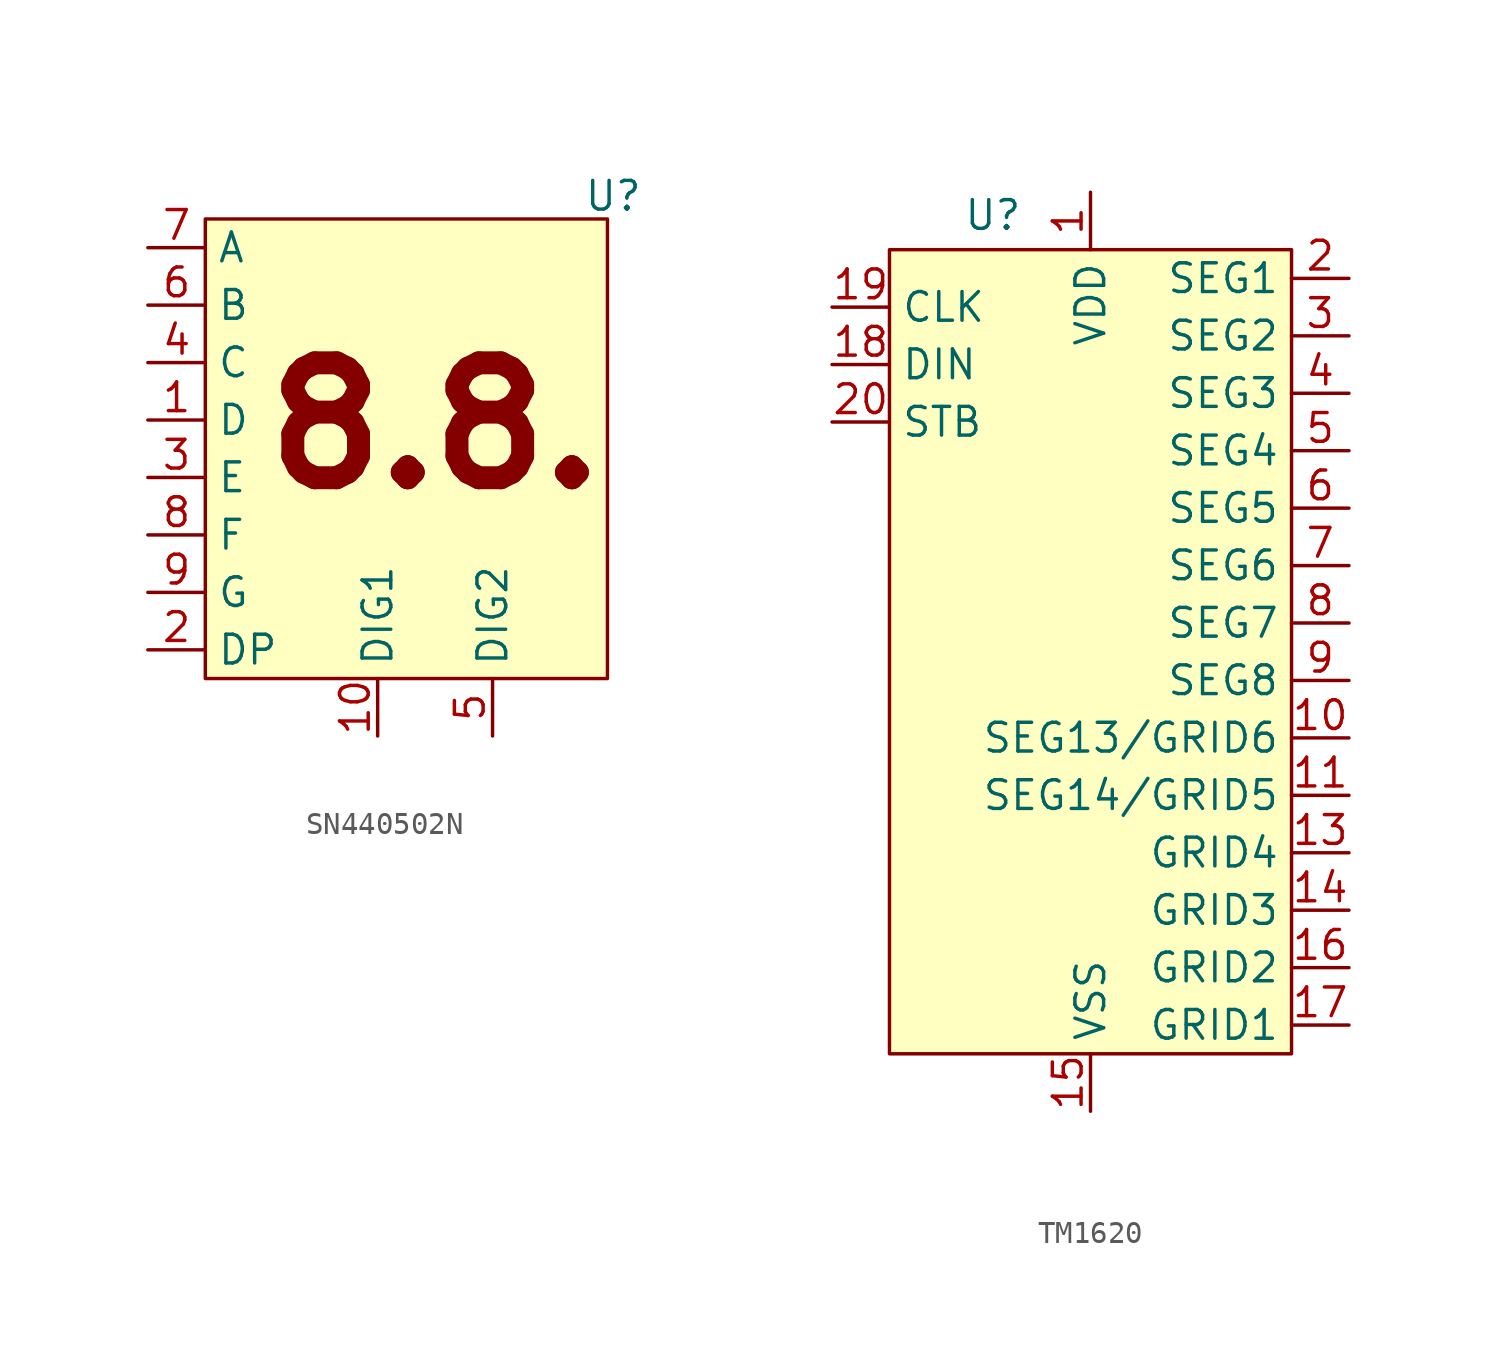
<source format=kicad_sym>
(kicad_symbol_lib
  (version 20231120)
  (generator "kicad_symbol_editor")
  (generator_version "8.0")
  (symbol "SN440502N"
    (property "Reference" "U"
      (at 9.144 11.176 0)
      (effects (font (size 1.27 1.27))))
    (property "Value" ""
      (at 3.81 12.954 0)
      (effects (font (size 1.27 1.27))))
    (symbol "SN440502N_1_1"
      (rectangle (start -8.89 10.16) (end 8.89 -10.16) (stroke (width 0) (type default)) (fill (type background)))
      (text "8.8.\n" (at 1.27 1.016 0) (effects (font (face "KiCad Font") (size 5.08 5.08) (bold yes))))
      (pin input line (at -11.43 1.27 0) (length 2.54) (name "D" (effects (font (size 1.27 1.27)))) (number "1" (effects (font (size 1.27 1.27)))))
      (pin input line (at -1.27 -12.7 90) (length 2.54) (name "DIG1" (effects (font (size 1.27 1.27)))) (number "10" (effects (font (size 1.27 1.27)))))
      (pin input line (at -11.43 -8.89 0) (length 2.54) (name "DP" (effects (font (size 1.27 1.27)))) (number "2" (effects (font (size 1.27 1.27)))))
      (pin input line (at -11.43 -1.27 0) (length 2.54) (name "E" (effects (font (size 1.27 1.27)))) (number "3" (effects (font (size 1.27 1.27)))))
      (pin input line (at -11.43 3.81 0) (length 2.54) (name "C" (effects (font (size 1.27 1.27)))) (number "4" (effects (font (size 1.27 1.27)))))
      (pin input line (at 3.81 -12.7 90) (length 2.54) (name "DIG2" (effects (font (size 1.27 1.27)))) (number "5" (effects (font (size 1.27 1.27)))))
      (pin input line (at -11.43 6.35 0) (length 2.54) (name "B" (effects (font (size 1.27 1.27)))) (number "6" (effects (font (size 1.27 1.27)))))
      (pin input line (at -11.43 8.89 0) (length 2.54) (name "A" (effects (font (size 1.27 1.27)))) (number "7" (effects (font (size 1.27 1.27)))))
      (pin input line (at -11.43 -3.81 0) (length 2.54) (name "F" (effects (font (size 1.27 1.27)))) (number "8" (effects (font (size 1.27 1.27)))))
      (pin input line (at -11.43 -6.35 0) (length 2.54) (name "G" (effects (font (size 1.27 1.27)))) (number "9" (effects (font (size 1.27 1.27)))))))
  (symbol "TM1620"
    (property "Reference" "U"
      (at -4.318 18.034 0)
      (effects (font (size 1.27 1.27))))
    (property "Value" ""
      (at 3.81 6.35 0)
      (effects (font (size 1.27 1.27))))
    (symbol "TM1620_1_1"
      (rectangle (start -8.89 16.51) (end 8.89 -19.05) (stroke (width 0) (type default)) (fill (type background)))
      (pin power_in line (at 0 19.05 270) (length 2.54) (name "VDD" (effects (font (size 1.27 1.27)))) (number "1" (effects (font (size 1.27 1.27)))))
      (pin output line (at 11.43 -5.08 180) (length 2.54) (name "SEG13/GRID6" (effects (font (size 1.27 1.27)))) (number "10" (effects (font (size 1.27 1.27)))))
      (pin output line (at 11.43 -7.62 180) (length 2.54) (name "SEG14/GRID5" (effects (font (size 1.27 1.27)))) (number "11" (effects (font (size 1.27 1.27)))))
      (pin output line (at 11.43 -10.16 180) (length 2.54) (name "GRID4" (effects (font (size 1.27 1.27)))) (number "13" (effects (font (size 1.27 1.27)))))
      (pin output line (at 11.43 -12.7 180) (length 2.54) (name "GRID3" (effects (font (size 1.27 1.27)))) (number "14" (effects (font (size 1.27 1.27)))))
      (pin power_in line (at 0 -21.59 90) (length 2.54) (name "VSS" (effects (font (size 1.27 1.27)))) (number "15" (effects (font (size 1.27 1.27)))))
      (pin output line (at 11.43 -15.24 180) (length 2.54) (name "GRID2" (effects (font (size 1.27 1.27)))) (number "16" (effects (font (size 1.27 1.27)))))
      (pin output line (at 11.43 -17.78 180) (length 2.54) (name "GRID1" (effects (font (size 1.27 1.27)))) (number "17" (effects (font (size 1.27 1.27)))))
      (pin input line (at -11.43 11.43 0) (length 2.54) (name "DIN" (effects (font (size 1.27 1.27)))) (number "18" (effects (font (size 1.27 1.27)))))
      (pin input line (at -11.43 13.97 0) (length 2.54) (name "CLK" (effects (font (size 1.27 1.27)))) (number "19" (effects (font (size 1.27 1.27)))))
      (pin output line (at 11.43 15.24 180) (length 2.54) (name "SEG1" (effects (font (size 1.27 1.27)))) (number "2" (effects (font (size 1.27 1.27)))))
      (pin input line (at -11.43 8.89 0) (length 2.54) (name "STB" (effects (font (size 1.27 1.27)))) (number "20" (effects (font (size 1.27 1.27)))))
      (pin output line (at 11.43 12.7 180) (length 2.54) (name "SEG2" (effects (font (size 1.27 1.27)))) (number "3" (effects (font (size 1.27 1.27)))))
      (pin output line (at 11.43 10.16 180) (length 2.54) (name "SEG3" (effects (font (size 1.27 1.27)))) (number "4" (effects (font (size 1.27 1.27)))))
      (pin output line (at 11.43 7.62 180) (length 2.54) (name "SEG4" (effects (font (size 1.27 1.27)))) (number "5" (effects (font (size 1.27 1.27)))))
      (pin output line (at 11.43 5.08 180) (length 2.54) (name "SEG5" (effects (font (size 1.27 1.27)))) (number "6" (effects (font (size 1.27 1.27)))))
      (pin output line (at 11.43 2.54 180) (length 2.54) (name "SEG6" (effects (font (size 1.27 1.27)))) (number "7" (effects (font (size 1.27 1.27)))))
      (pin output line (at 11.43 0 180) (length 2.54) (name "SEG7" (effects (font (size 1.27 1.27)))) (number "8" (effects (font (size 1.27 1.27)))))
      (pin output line (at 11.43 -2.54 180) (length 2.54) (name "SEG8" (effects (font (size 1.27 1.27)))) (number "9" (effects (font (size 1.27 1.27))))))))
</source>
